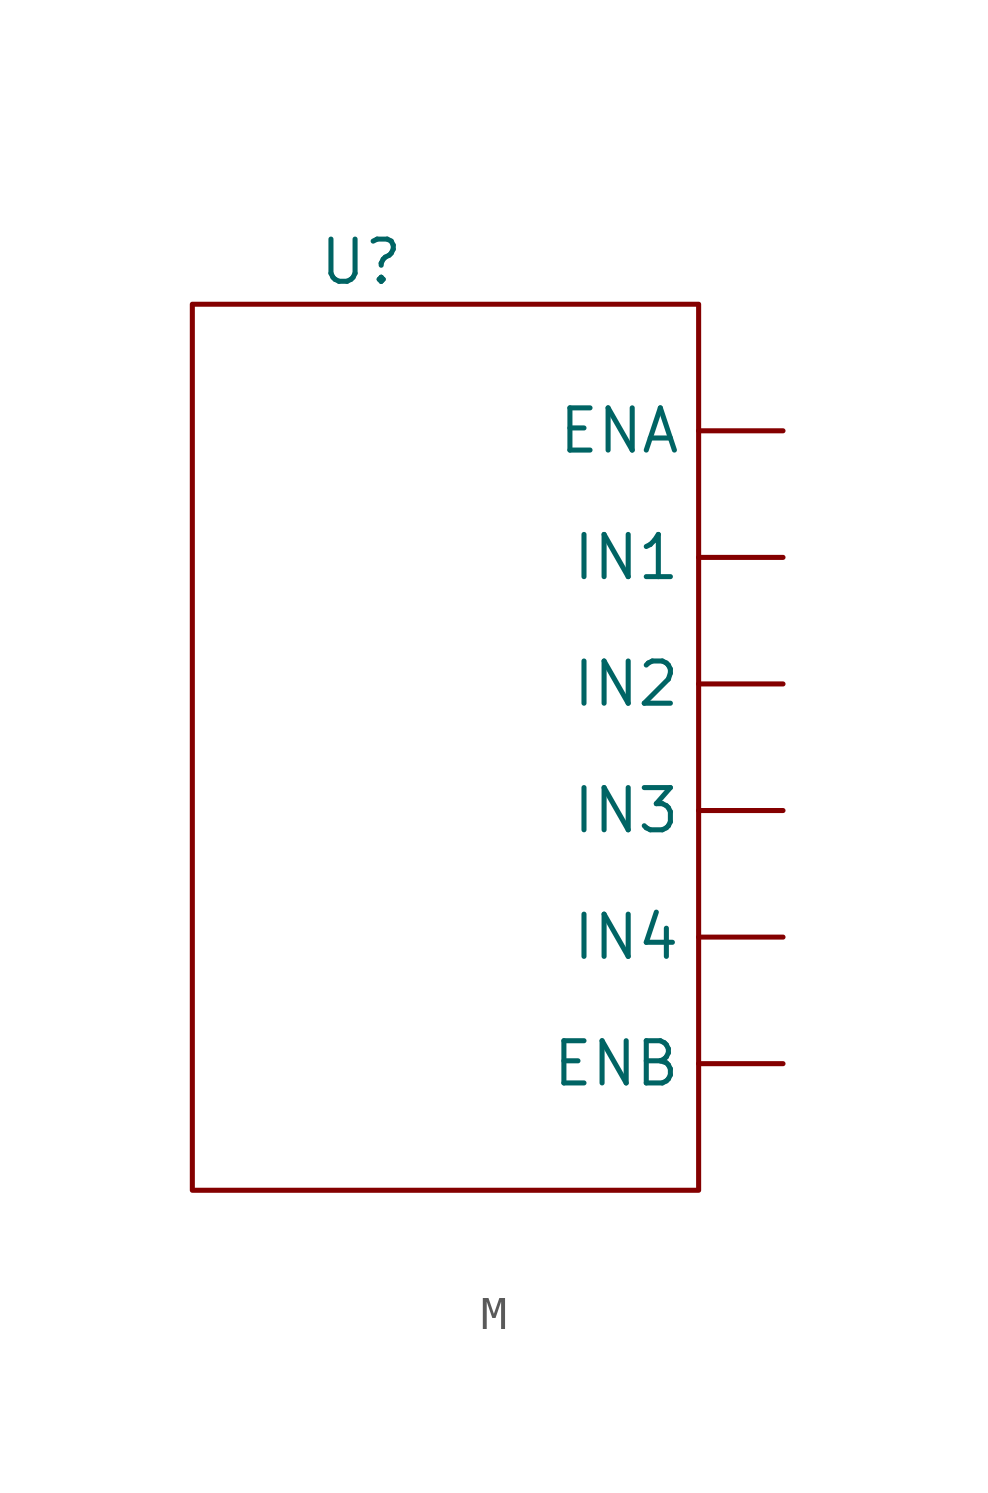
<source format=kicad_sym>
(kicad_symbol_lib
  (version 20231120)
  (generator "kicad_symbol_editor")
  (generator_version "8.0")
  (symbol "M"
    (property "Reference" "U"
      (at 0 0 0)
      (effects (font (size 1.27 1.27))))
    (property "Value" ""
      (at 0 0 0)
      (effects (font (size 1.27 1.27))))
    (symbol "M_0_1"
      (rectangle (start -5.08 -1.27) (end 10.16 -27.94) (stroke (width 0) (type default)) (fill (type none))))
    (symbol "M_1_1"
      (pin input line (at 12.7 -5.08 180) (length 2.54) (name "ENA" (effects (font (size 1.27 1.27)))) (number "" (effects (font (size 1.27 1.27)))))
      (pin input line (at 12.7 -24.13 180) (length 2.54) (name "ENB" (effects (font (size 1.27 1.27)))) (number "" (effects (font (size 1.27 1.27)))))
      (pin input line (at 12.7 -8.89 180) (length 2.54) (name "IN1" (effects (font (size 1.27 1.27)))) (number "" (effects (font (size 1.27 1.27)))))
      (pin input line (at 12.7 -12.7 180) (length 2.54) (name "IN2" (effects (font (size 1.27 1.27)))) (number "" (effects (font (size 1.27 1.27)))))
      (pin input line (at 12.7 -16.51 180) (length 2.54) (name "IN3" (effects (font (size 1.27 1.27)))) (number "" (effects (font (size 1.27 1.27)))))
      (pin input line (at 12.7 -20.32 180) (length 2.54) (name "IN4" (effects (font (size 1.27 1.27)))) (number "" (effects (font (size 1.27 1.27))))))))
</source>
